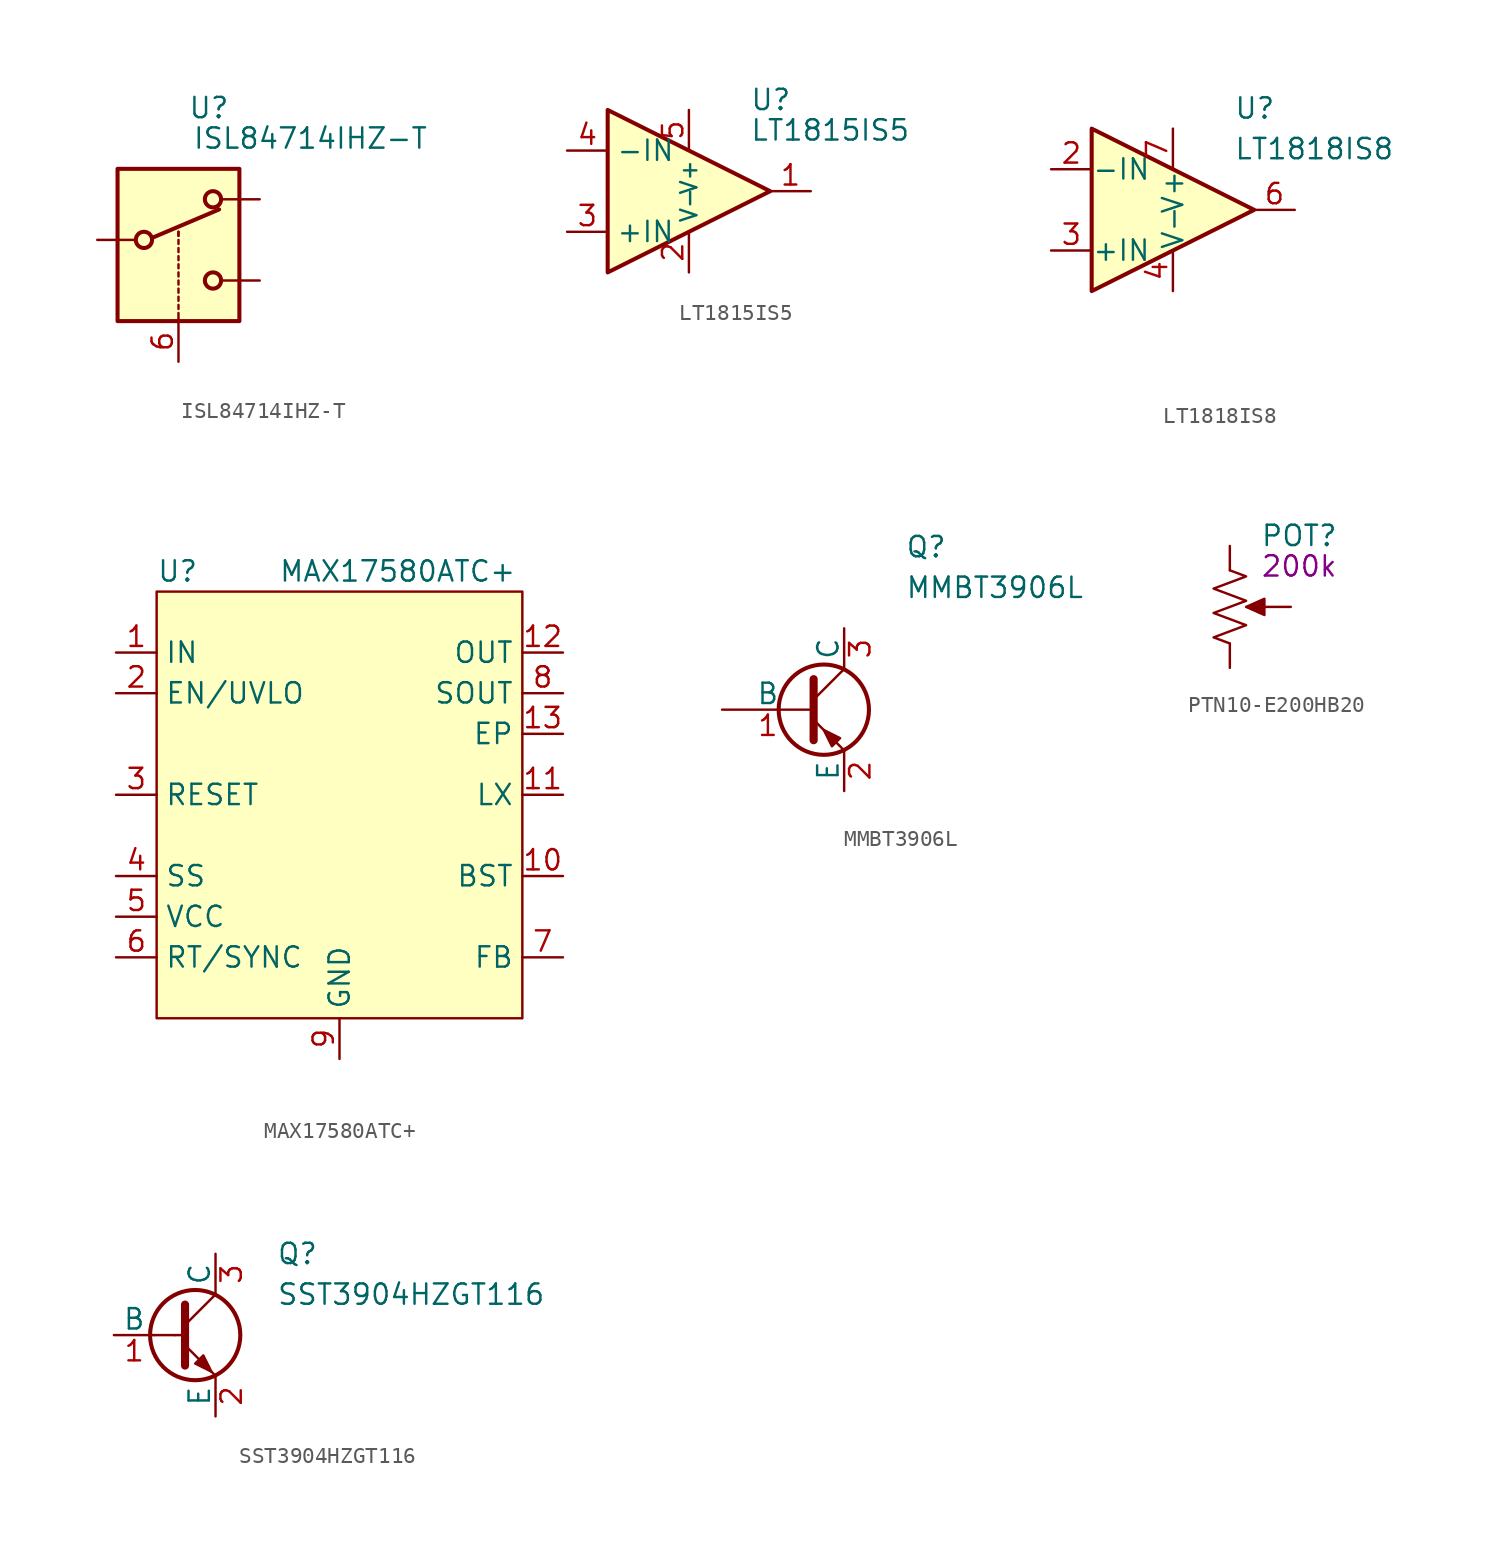
<source format=kicad_sym>
(kicad_symbol_lib
  (version 20211014)
  (generator kicad_symbol_editor)
  (symbol "ISL84714IHZ-T"
    (property "Reference" "U"
      (at 1.905 8.255 0)
      (effects (font (size 1.27 1.27))))
    (property "Value" "ISL84714IHZ-T"
      (at 8.255 6.35 0)
      (effects (font (size 1.27 1.27))))
    (symbol "ISL84714IHZ-T_1_1"
      (rectangle (start -3.81 4.445) (end 3.81 -5.08) (stroke (width 0.254) (type default) (color 0 0 0 0)) (fill (type background)))
      (circle (center -2.159 0) (radius 0.508) (stroke (width 0.254) (type default) (color 0 0 0 0)) (fill (type none)))
      (polyline (pts (xy -5.08 0) (xy -2.794 0)) (stroke (width 0) (type default) (color 0 0 0 0)) (fill (type none)))
      (polyline (pts (xy -1.651 0.127) (xy 2.54 1.905)) (stroke (width 0.254) (type default) (color 0 0 0 0)) (fill (type none)))
      (polyline (pts (xy 0 -5.08) (xy 0 -4.572)) (stroke (width 0) (type default) (color 0 0 0 0)) (fill (type none)))
      (polyline (pts (xy 0 -4.318) (xy 0 -4.064)) (stroke (width 0) (type default) (color 0 0 0 0)) (fill (type none)))
      (polyline (pts (xy 0 -3.81) (xy 0 -3.556)) (stroke (width 0) (type default) (color 0 0 0 0)) (fill (type none)))
      (polyline (pts (xy 0 -3.302) (xy 0 -3.048)) (stroke (width 0) (type default) (color 0 0 0 0)) (fill (type none)))
      (polyline (pts (xy 0 -2.794) (xy 0 -2.54)) (stroke (width 0) (type default) (color 0 0 0 0)) (fill (type none)))
      (polyline (pts (xy 0 -2.286) (xy 0 -2.032)) (stroke (width 0) (type default) (color 0 0 0 0)) (fill (type none)))
      (polyline (pts (xy 0 -1.778) (xy 0 -1.524)) (stroke (width 0) (type default) (color 0 0 0 0)) (fill (type none)))
      (polyline (pts (xy 0 -1.27) (xy 0 -1.016)) (stroke (width 0) (type default) (color 0 0 0 0)) (fill (type none)))
      (polyline (pts (xy 0 -0.762) (xy 0 -0.508)) (stroke (width 0) (type default) (color 0 0 0 0)) (fill (type none)))
      (polyline (pts (xy 0 -0.254) (xy 0 0)) (stroke (width 0) (type default) (color 0 0 0 0)) (fill (type none)))
      (polyline (pts (xy 0 0.254) (xy 0 0.508)) (stroke (width 0) (type default) (color 0 0 0 0)) (fill (type none)))
      (polyline (pts (xy 0 0.254) (xy 0 0.508)) (stroke (width 0) (type default) (color 0 0 0 0)) (fill (type none)))
      (polyline (pts (xy 5.08 -2.54) (xy 2.794 -2.54)) (stroke (width 0) (type default) (color 0 0 0 0)) (fill (type none)))
      (polyline (pts (xy 5.08 2.54) (xy 2.794 2.54)) (stroke (width 0) (type default) (color 0 0 0 0)) (fill (type none)))
      (circle (center 2.159 -2.54) (radius 0.508) (stroke (width 0.254) (type default) (color 0 0 0 0)) (fill (type none)))
      (circle (center 2.159 2.54) (radius 0.508) (stroke (width 0.254) (type default) (color 0 0 0 0)) (fill (type none)))
      (pin input line (at 0 -7.62 90) (length 2.54) (name "~" (effects (font (size 1.27 1.27)))) (number "6" (effects (font (size 1.27 1.27)))))))
  (symbol "LT1815IS5"
    (property "Reference" "U"
      (at 6.35 5.715 0)
      (effects (font (size 1.27 1.27)) (justify left)))
    (property "Value" "LT1815IS5"
      (at 6.35 3.81 0)
      (effects (font (size 1.27 1.27)) (justify left)))
    (symbol "LT1815IS5_0_1"
      (polyline (pts (xy -2.54 5.08) (xy 7.62 0) (xy -2.54 -5.08) (xy -2.54 5.08)) (stroke (width 0.254) (type default) (color 0 0 0 0)) (fill (type background))))
    (symbol "LT1815IS5_1_1"
      (pin output line (at 10.16 0 180) (length 2.54) (name "" (effects (font (size 1.27 1.27)))) (number "1" (effects (font (size 1.27 1.27)))))
      (pin power_in line (at 2.54 -5.08 90) (length 2.54) (name "V-" (effects (font (size 1.016 1.016)))) (number "2" (effects (font (size 1.27 1.27)))))
      (pin input line (at -5.08 -2.54 0) (length 2.54) (name "+IN" (effects (font (size 1.27 1.27)))) (number "3" (effects (font (size 1.27 1.27)))))
      (pin input line (at -5.08 2.54 0) (length 2.54) (name "-IN" (effects (font (size 1.27 1.27)))) (number "4" (effects (font (size 1.27 1.27)))))
      (pin power_in line (at 2.54 5.08 270) (length 2.54) (name "V+" (effects (font (size 1.016 1.016)))) (number "5" (effects (font (size 1.27 1.27)))))))
  (symbol "LT1818IS8"
    (pin_names
      (offset 0.002))
    (property "Reference" "U"
      (at 5.08 6.35 0)
      (effects (font (size 1.27 1.27)) (justify left)))
    (property "Value" "LT1818IS8"
      (at 5.08 3.81 0)
      (effects (font (size 1.27 1.27)) (justify left)))
    (symbol "LT1818IS8_0_1"
      (polyline (pts (xy -3.81 5.08) (xy 6.35 0) (xy -3.81 -5.08) (xy -3.81 5.08)) (stroke (width 0.254) (type default) (color 0 0 0 0)) (fill (type background))))
    (symbol "LT1818IS8_1_1"
      (pin no_connect line (at 10.16 -5.08 180) (length 2.54) hide (name "NC" (effects (font (size 1.27 1.27)))) (number "1" (effects (font (size 1.27 1.27)))))
      (pin input line (at -6.35 2.54 0) (length 2.54) (name "-IN" (effects (font (size 1.27 1.27)))) (number "2" (effects (font (size 1.27 1.27)))))
      (pin input line (at -6.35 -2.54 0) (length 2.54) (name "+IN" (effects (font (size 1.27 1.27)))) (number "3" (effects (font (size 1.27 1.27)))))
      (pin power_in line (at 1.27 -5.08 90) (length 2.54) (name "V-" (effects (font (size 1.27 1.27)))) (number "4" (effects (font (size 1.27 1.27)))))
      (pin no_connect line (at 10.16 -7.62 180) (length 2.54) hide (name "NC" (effects (font (size 1.27 1.27)))) (number "5" (effects (font (size 1.27 1.27)))))
      (pin output line (at 8.89 0 180) (length 2.54) (name "" (effects (font (size 1.27 1.27)))) (number "6" (effects (font (size 1.27 1.27)))))
      (pin power_in line (at 1.27 5.08 270) (length 2.54) (name "V+" (effects (font (size 1.27 1.27)))) (number "7" (effects (font (size 1.27 1.27)))))
      (pin no_connect line (at 10.16 -10.16 180) (length 2.54) hide (name "NC" (effects (font (size 1.27 1.27)))) (number "8" (effects (font (size 1.27 1.27)))))))
  (symbol "MAX17580ATC+"
    (property "Reference" "U"
      (at -11.43 15.24 0)
      (effects (font (size 1.27 1.27)) (justify left)))
    (property "Value" "MAX17580ATC+"
      (at -3.81 15.24 0)
      (effects (font (size 1.27 1.27)) (justify left)))
    (symbol "MAX17580ATC+_0_1"
      (rectangle (start -11.43 13.97) (end 11.43 -12.7) (stroke (width 0) (type default) (color 0 0 0 0)) (fill (type background))))
    (symbol "MAX17580ATC+_1_1"
      (pin input line (at -13.97 10.16 0) (length 2.54) (name "IN" (effects (font (size 1.27 1.27)))) (number "1" (effects (font (size 1.27 1.27)))))
      (pin passive line (at 13.97 -3.81 180) (length 2.54) (name "BST" (effects (font (size 1.27 1.27)))) (number "10" (effects (font (size 1.27 1.27)))))
      (pin passive line (at 13.97 1.27 180) (length 2.54) (name "LX" (effects (font (size 1.27 1.27)))) (number "11" (effects (font (size 1.27 1.27)))))
      (pin power_out line (at 13.97 10.16 180) (length 2.54) (name "OUT" (effects (font (size 1.27 1.27)))) (number "12" (effects (font (size 1.27 1.27)))))
      (pin passive line (at 13.97 5.08 180) (length 2.54) (name "EP" (effects (font (size 1.27 1.27)))) (number "13" (effects (font (size 1.27 1.27)))))
      (pin passive line (at -13.97 7.62 0) (length 2.54) (name "EN/UVLO" (effects (font (size 1.27 1.27)))) (number "2" (effects (font (size 1.27 1.27)))))
      (pin passive line (at -13.97 1.27 0) (length 2.54) (name "RESET" (effects (font (size 1.27 1.27)))) (number "3" (effects (font (size 1.27 1.27)))))
      (pin passive line (at -13.97 -3.81 0) (length 2.54) (name "SS" (effects (font (size 1.27 1.27)))) (number "4" (effects (font (size 1.27 1.27)))))
      (pin passive line (at -13.97 -6.35 0) (length 2.54) (name "VCC" (effects (font (size 1.27 1.27)))) (number "5" (effects (font (size 1.27 1.27)))))
      (pin passive line (at -13.97 -8.89 0) (length 2.54) (name "RT/SYNC" (effects (font (size 1.27 1.27)))) (number "6" (effects (font (size 1.27 1.27)))))
      (pin passive line (at 13.97 -8.89 180) (length 2.54) (name "FB" (effects (font (size 1.27 1.27)))) (number "7" (effects (font (size 1.27 1.27)))))
      (pin passive line (at 13.97 7.62 180) (length 2.54) (name "SOUT" (effects (font (size 1.27 1.27)))) (number "8" (effects (font (size 1.27 1.27)))))
      (pin passive line (at 0 -15.24 90) (length 2.54) (name "GND" (effects (font (size 1.27 1.27)))) (number "9" (effects (font (size 1.27 1.27)))))))
  (symbol "MMBT3906L"
    (pin_names
      (offset 0))
    (property "Reference" "Q"
      (at 3.81 10.16 0)
      (effects (font (size 1.27 1.27)) (justify left)))
    (property "Value" "MMBT3906L"
      (at 3.81 7.62 0)
      (effects (font (size 1.27 1.27)) (justify left)))
    (symbol "MMBT3906L_0_1"
      (circle (center -1.27 0) (radius 2.819) (stroke (width 0.254) (type default) (color 0 0 0 0)) (fill (type none)))
      (polyline (pts (xy -1.905 0.635) (xy 0 2.54)) (stroke (width 0) (type default) (color 0 0 0 0)) (fill (type none)))
      (polyline (pts (xy -1.905 -0.635) (xy 0 -2.54) (xy 0 -2.54)) (stroke (width 0) (type default) (color 0 0 0 0)) (fill (type none)))
      (polyline (pts (xy -1.905 1.905) (xy -1.905 -1.905) (xy -1.905 -1.905)) (stroke (width 0.508) (type default) (color 0 0 0 0)) (fill (type none)))
      (polyline (pts (xy -0.254 -1.778) (xy -0.762 -2.286) (xy -1.27 -1.27) (xy -0.254 -1.778) (xy -0.254 -1.778)) (stroke (width 0) (type default) (color 0 0 0 0)) (fill (type outline))))
    (symbol "MMBT3906L_1_1"
      (pin input line (at -7.62 0 0) (length 5.715) (name "B" (effects (font (size 1.27 1.27)))) (number "1" (effects (font (size 1.27 1.27)))))
      (pin passive line (at 0 -5.08 90) (length 2.54) (name "E" (effects (font (size 1.27 1.27)))) (number "2" (effects (font (size 1.27 1.27)))))
      (pin passive line (at 0 5.08 270) (length 2.54) (name "C" (effects (font (size 1.27 1.27)))) (number "3" (effects (font (size 1.27 1.27)))))))
  (symbol "PTN10-E200HB20"
    (pin_numbers hide)
    (pin_names hide)
    (property "Reference" "POT"
      (at 1.905 4.445 0)
      (effects (font (size 1.27 1.27)) (justify left)))
    (property "Comp_Value" "200k"
      (at 1.905 2.54 0)
      (effects (font (size 1.27 1.27)) (justify left)))
    (symbol "PTN10-E200HB20_0_1"
      (polyline (pts (xy 1.016 0) (xy 2.159 0.508) (xy 2.159 -0.508) (xy 1.016 0)) (stroke (width 0) (type default) (color 0 0 0 0)) (fill (type outline)))
      (polyline (pts (xy 0 2.286) (xy 1.016 1.905) (xy -1.016 1.143) (xy 1.016 0.381) (xy -1.016 -0.381) (xy 1.016 -1.143) (xy -1.016 -1.905) (xy 0 -2.286)) (stroke (width 0) (type default) (color 0 0 0 0)) (fill (type none))))
    (symbol "PTN10-E200HB20_1_1"
      (pin passive line (at 0 3.81 270) (length 1.524) (name "~" (effects (font (size 1.27 1.27)))) (number "1" (effects (font (size 1.27 1.27)))))
      (pin passive line (at 0 -3.81 90) (length 1.524) (name "~" (effects (font (size 1.27 1.27)))) (number "2" (effects (font (size 1.27 1.27)))))
      (pin passive line (at 3.81 0 180) (length 2.032) (name "~" (effects (font (size 1.27 1.27)))) (number "3" (effects (font (size 1.27 1.27)))))))
  (symbol "SST3904HZGT116"
    (pin_names
      (offset 0))
    (property "Reference" "Q"
      (at 3.81 5.08 0)
      (effects (font (size 1.27 1.27)) (justify left)))
    (property "Value" "SST3904HZGT116"
      (at 3.81 2.54 0)
      (effects (font (size 1.27 1.27)) (justify left)))
    (symbol "SST3904HZGT116_0_1"
      (circle (center -1.27 0) (radius 2.819) (stroke (width 0.254) (type default) (color 0 0 0 0)) (fill (type none)))
      (polyline (pts (xy -3.81 0) (xy -2.54 0)) (stroke (width 0) (type default) (color 0 0 0 0)) (fill (type none)))
      (polyline (pts (xy -2.54 0) (xy -1.905 0)) (stroke (width 0) (type default) (color 0 0 0 0)) (fill (type none)))
      (polyline (pts (xy -1.905 0.635) (xy 0 2.54)) (stroke (width 0) (type default) (color 0 0 0 0)) (fill (type none)))
      (polyline (pts (xy 0 -2.54) (xy -1.905 -0.635)) (stroke (width 0) (type default) (color 0 0 0 0)) (fill (type none)))
      (polyline (pts (xy -1.905 1.905) (xy -1.905 0) (xy -1.905 -1.905) (xy -1.905 -1.905)) (stroke (width 0.508) (type default) (color 0 0 0 0)) (fill (type none)))
      (polyline (pts (xy -0.254 -2.286) (xy -0.762 -1.27) (xy -1.27 -1.778) (xy -0.254 -2.286) (xy -0.254 -2.286)) (stroke (width 0) (type default) (color 0 0 0 0)) (fill (type outline))))
    (symbol "SST3904HZGT116_1_1"
      (pin input line (at -6.35 0 0) (length 2.54) (name "B" (effects (font (size 1.27 1.27)))) (number "1" (effects (font (size 1.27 1.27)))))
      (pin passive line (at 0 -5.08 90) (length 2.54) (name "E" (effects (font (size 1.27 1.27)))) (number "2" (effects (font (size 1.27 1.27)))))
      (pin passive line (at 0 5.08 270) (length 2.54) (name "C" (effects (font (size 1.27 1.27)))) (number "3" (effects (font (size 1.27 1.27))))))))
</source>
